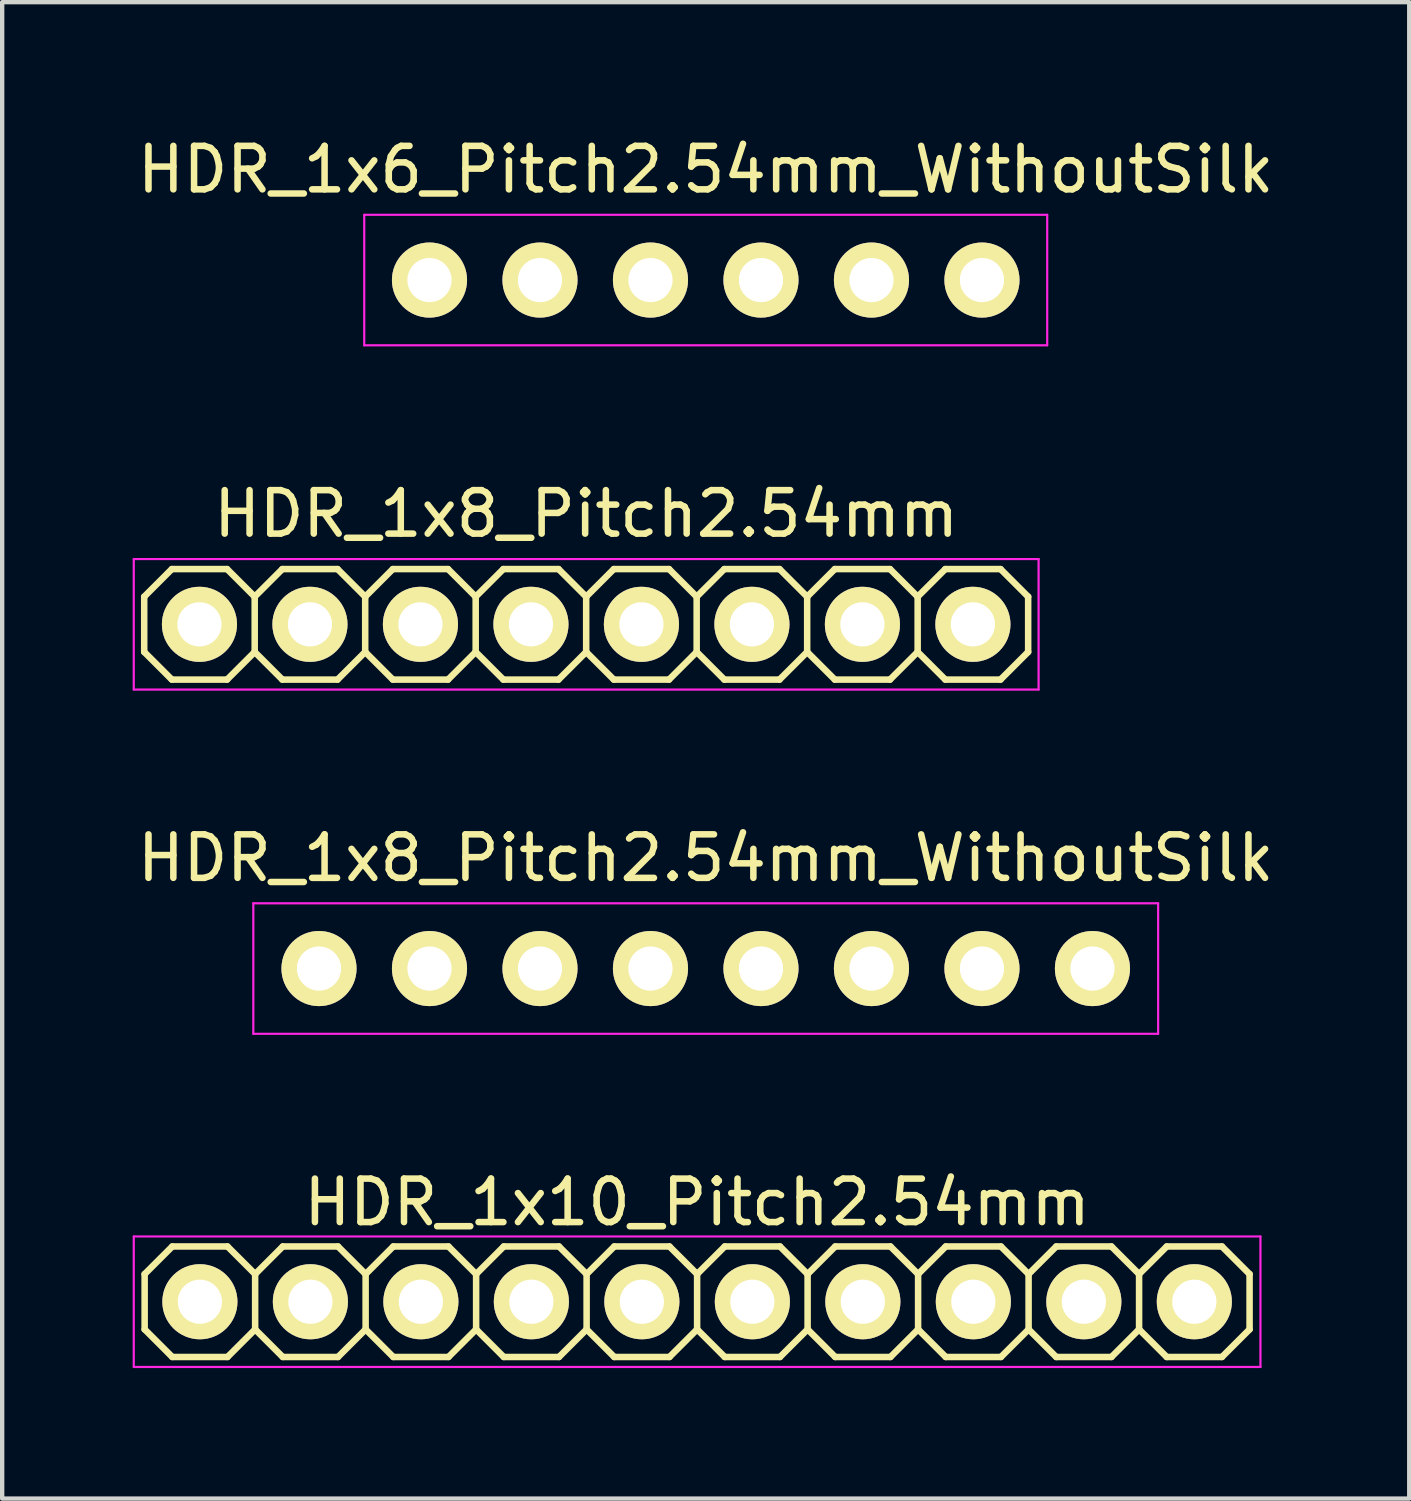
<source format=kicad_pcb>
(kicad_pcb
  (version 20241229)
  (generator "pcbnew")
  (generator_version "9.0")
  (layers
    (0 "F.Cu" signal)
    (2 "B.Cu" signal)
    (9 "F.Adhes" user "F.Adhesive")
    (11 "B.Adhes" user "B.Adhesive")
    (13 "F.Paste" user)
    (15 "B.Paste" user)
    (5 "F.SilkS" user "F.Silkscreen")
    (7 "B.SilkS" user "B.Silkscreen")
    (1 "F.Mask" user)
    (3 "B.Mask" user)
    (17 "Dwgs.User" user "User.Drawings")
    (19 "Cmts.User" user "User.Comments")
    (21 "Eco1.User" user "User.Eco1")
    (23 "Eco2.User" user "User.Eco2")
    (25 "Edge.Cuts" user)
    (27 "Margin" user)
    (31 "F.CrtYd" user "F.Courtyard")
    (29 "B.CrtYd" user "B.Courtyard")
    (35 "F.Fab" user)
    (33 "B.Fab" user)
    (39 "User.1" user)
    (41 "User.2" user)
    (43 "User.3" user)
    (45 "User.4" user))
  (footprint "HDR_1x10_Pitch2.54mm"
    (layer "F.Cu")
    (at 12.975 26.874)
    (property "Reference" "HDR_1x10_Pitch2.54mm" (at 0 -2.286 0) (layer "F.SilkS") (effects (font (size 1 1) (thickness 0.15))))
    (attr through_hole)
    (fp_line (start -12.7 -0.635) (end -12.7 0.635) (stroke (width 0.15) (type solid)) (layer "F.SilkS"))
    (fp_line (start -12.7 0.635) (end -12.065 1.27) (stroke (width 0.15) (type solid)) (layer "F.SilkS"))
    (fp_line (start -12.065 -1.27) (end -12.7 -0.635) (stroke (width 0.15) (type solid)) (layer "F.SilkS"))
    (fp_line (start -12.065 1.27) (end -10.795 1.27) (stroke (width 0.15) (type solid)) (layer "F.SilkS"))
    (fp_line (start -10.795 -1.27) (end -12.065 -1.27) (stroke (width 0.15) (type solid)) (layer "F.SilkS"))
    (fp_line (start -10.795 1.27) (end -10.16 0.635) (stroke (width 0.15) (type solid)) (layer "F.SilkS"))
    (fp_line (start -10.16 -0.635) (end -10.795 -1.27) (stroke (width 0.15) (type solid)) (layer "F.SilkS"))
    (fp_line (start -10.16 -0.635) (end -10.16 0.635) (stroke (width 0.15) (type solid)) (layer "F.SilkS"))
    (fp_line (start -10.16 -0.635) (end -9.525 -1.27) (stroke (width 0.15) (type solid)) (layer "F.SilkS"))
    (fp_line (start -9.525 -1.27) (end -8.255 -1.27) (stroke (width 0.15) (type solid)) (layer "F.SilkS"))
    (fp_line (start -9.525 1.27) (end -10.16 0.635) (stroke (width 0.15) (type solid)) (layer "F.SilkS"))
    (fp_line (start -8.255 -1.27) (end -7.62 -0.635) (stroke (width 0.15) (type solid)) (layer "F.SilkS"))
    (fp_line (start -8.255 1.27) (end -9.525 1.27) (stroke (width 0.15) (type solid)) (layer "F.SilkS"))
    (fp_line (start -7.62 -0.635) (end -7.62 0.635) (stroke (width 0.15) (type solid)) (layer "F.SilkS"))
    (fp_line (start -7.62 -0.635) (end -6.985 -1.27) (stroke (width 0.15) (type solid)) (layer "F.SilkS"))
    (fp_line (start -7.62 0.635) (end -8.255 1.27) (stroke (width 0.15) (type solid)) (layer "F.SilkS"))
    (fp_line (start -6.985 -1.27) (end -5.715 -1.27) (stroke (width 0.15) (type solid)) (layer "F.SilkS"))
    (fp_line (start -6.985 1.27) (end -7.62 0.635) (stroke (width 0.15) (type solid)) (layer "F.SilkS"))
    (fp_line (start -5.715 -1.27) (end -5.08 -0.635) (stroke (width 0.15) (type solid)) (layer "F.SilkS"))
    (fp_line (start -5.715 1.27) (end -6.985 1.27) (stroke (width 0.15) (type solid)) (layer "F.SilkS"))
    (fp_line (start -5.08 -0.635) (end -5.08 0.635) (stroke (width 0.15) (type solid)) (layer "F.SilkS"))
    (fp_line (start -5.08 -0.635) (end -4.445 -1.27) (stroke (width 0.15) (type solid)) (layer "F.SilkS"))
    (fp_line (start -5.08 0.635) (end -5.715 1.27) (stroke (width 0.15) (type solid)) (layer "F.SilkS"))
    (fp_line (start -4.445 -1.27) (end -3.175 -1.27) (stroke (width 0.15) (type solid)) (layer "F.SilkS"))
    (fp_line (start -4.445 1.27) (end -5.08 0.635) (stroke (width 0.15) (type solid)) (layer "F.SilkS"))
    (fp_line (start -3.175 -1.27) (end -2.54 -0.635) (stroke (width 0.15) (type solid)) (layer "F.SilkS"))
    (fp_line (start -3.175 1.27) (end -4.445 1.27) (stroke (width 0.15) (type solid)) (layer "F.SilkS"))
    (fp_line (start -2.54 -0.635) (end -2.54 0.635) (stroke (width 0.15) (type solid)) (layer "F.SilkS"))
    (fp_line (start -2.54 -0.635) (end -1.905 -1.27) (stroke (width 0.15) (type solid)) (layer "F.SilkS"))
    (fp_line (start -2.54 0.635) (end -3.175 1.27) (stroke (width 0.15) (type solid)) (layer "F.SilkS"))
    (fp_line (start -1.905 -1.27) (end -0.635 -1.27) (stroke (width 0.15) (type solid)) (layer "F.SilkS"))
    (fp_line (start -1.905 1.27) (end -2.54 0.635) (stroke (width 0.15) (type solid)) (layer "F.SilkS"))
    (fp_line (start -0.635 -1.27) (end 0 -0.635) (stroke (width 0.15) (type solid)) (layer "F.SilkS"))
    (fp_line (start -0.635 1.27) (end -1.905 1.27) (stroke (width 0.15) (type solid)) (layer "F.SilkS"))
    (fp_line (start 0 -0.635) (end 0 0.635) (stroke (width 0.15) (type solid)) (layer "F.SilkS"))
    (fp_line (start 0 -0.635) (end 0.635 -1.27) (stroke (width 0.15) (type solid)) (layer "F.SilkS"))
    (fp_line (start 0 0.635) (end -0.635 1.27) (stroke (width 0.15) (type solid)) (layer "F.SilkS"))
    (fp_line (start 0.635 -1.27) (end 1.905 -1.27) (stroke (width 0.15) (type solid)) (layer "F.SilkS"))
    (fp_line (start 0.635 1.27) (end 0 0.635) (stroke (width 0.15) (type solid)) (layer "F.SilkS"))
    (fp_line (start 1.905 -1.27) (end 2.54 -0.635) (stroke (width 0.15) (type solid)) (layer "F.SilkS"))
    (fp_line (start 1.905 1.27) (end 0.635 1.27) (stroke (width 0.15) (type solid)) (layer "F.SilkS"))
    (fp_line (start 2.54 -0.635) (end 2.54 0.635) (stroke (width 0.15) (type solid)) (layer "F.SilkS"))
    (fp_line (start 2.54 -0.635) (end 3.175 -1.27) (stroke (width 0.15) (type solid)) (layer "F.SilkS"))
    (fp_line (start 2.54 0.635) (end 1.905 1.27) (stroke (width 0.15) (type solid)) (layer "F.SilkS"))
    (fp_line (start 3.175 -1.27) (end 4.445 -1.27) (stroke (width 0.15) (type solid)) (layer "F.SilkS"))
    (fp_line (start 3.175 1.27) (end 2.54 0.635) (stroke (width 0.15) (type solid)) (layer "F.SilkS"))
    (fp_line (start 4.445 -1.27) (end 5.08 -0.635) (stroke (width 0.15) (type solid)) (layer "F.SilkS"))
    (fp_line (start 4.445 1.27) (end 3.175 1.27) (stroke (width 0.15) (type solid)) (layer "F.SilkS"))
    (fp_line (start 5.08 -0.635) (end 5.08 0.635) (stroke (width 0.15) (type solid)) (layer "F.SilkS"))
    (fp_line (start 5.08 -0.635) (end 5.715 -1.27) (stroke (width 0.15) (type solid)) (layer "F.SilkS"))
    (fp_line (start 5.08 0.635) (end 4.445 1.27) (stroke (width 0.15) (type solid)) (layer "F.SilkS"))
    (fp_line (start 5.715 -1.27) (end 6.985 -1.27) (stroke (width 0.15) (type solid)) (layer "F.SilkS"))
    (fp_line (start 5.715 1.27) (end 5.08 0.635) (stroke (width 0.15) (type solid)) (layer "F.SilkS"))
    (fp_line (start 6.985 -1.27) (end 7.62 -0.635) (stroke (width 0.15) (type solid)) (layer "F.SilkS"))
    (fp_line (start 6.985 1.27) (end 5.715 1.27) (stroke (width 0.15) (type solid)) (layer "F.SilkS"))
    (fp_line (start 7.62 -0.635) (end 7.62 0.635) (stroke (width 0.15) (type solid)) (layer "F.SilkS"))
    (fp_line (start 7.62 -0.635) (end 8.255 -1.27) (stroke (width 0.15) (type solid)) (layer "F.SilkS"))
    (fp_line (start 7.62 0.635) (end 6.985 1.27) (stroke (width 0.15) (type solid)) (layer "F.SilkS"))
    (fp_line (start 8.255 -1.27) (end 9.525 -1.27) (stroke (width 0.15) (type solid)) (layer "F.SilkS"))
    (fp_line (start 8.255 1.27) (end 7.62 0.635) (stroke (width 0.15) (type solid)) (layer "F.SilkS"))
    (fp_line (start 9.525 -1.27) (end 10.16 -0.635) (stroke (width 0.15) (type solid)) (layer "F.SilkS"))
    (fp_line (start 9.525 1.27) (end 8.255 1.27) (stroke (width 0.15) (type solid)) (layer "F.SilkS"))
    (fp_line (start 10.16 -0.635) (end 10.16 0.635) (stroke (width 0.15) (type solid)) (layer "F.SilkS"))
    (fp_line (start 10.16 -0.635) (end 10.795 -1.27) (stroke (width 0.15) (type solid)) (layer "F.SilkS"))
    (fp_line (start 10.16 0.635) (end 9.525 1.27) (stroke (width 0.15) (type solid)) (layer "F.SilkS"))
    (fp_line (start 10.795 -1.27) (end 12.065 -1.27) (stroke (width 0.15) (type solid)) (layer "F.SilkS"))
    (fp_line (start 10.795 1.27) (end 10.16 0.635) (stroke (width 0.15) (type solid)) (layer "F.SilkS"))
    (fp_line (start 12.065 -1.27) (end 12.7 -0.635) (stroke (width 0.15) (type solid)) (layer "F.SilkS"))
    (fp_line (start 12.065 1.27) (end 10.795 1.27) (stroke (width 0.15) (type solid)) (layer "F.SilkS"))
    (fp_line (start 12.7 -0.635) (end 12.7 0.635) (stroke (width 0.15) (type solid)) (layer "F.SilkS"))
    (fp_line (start 12.7 0.635) (end 12.065 1.27) (stroke (width 0.15) (type solid)) (layer "F.SilkS"))
    (fp_line (start -12.95 -1.5) (end -12.95 1.5) (stroke (width 0.05) (type solid)) (layer "F.CrtYd"))
    (fp_line (start -12.95 1.5) (end 12.95 1.5) (stroke (width 0.05) (type solid)) (layer "F.CrtYd"))
    (fp_line (start 12.95 -1.5) (end -12.95 -1.5) (stroke (width 0.05) (type solid)) (layer "F.CrtYd"))
    (fp_line (start 12.95 1.5) (end 12.95 -1.5) (stroke (width 0.05) (type solid)) (layer "F.CrtYd"))
    (pad "1" thru_hole oval (at -11.43 0) (size 1.727 1.727) (drill 1.016) (layers "*.Cu" "*.Mask" "F.SilkS"))
    (pad "2" thru_hole oval (at -8.89 0) (size 1.727 1.727) (drill 1.016) (layers "*.Cu" "*.Mask" "F.SilkS"))
    (pad "3" thru_hole oval (at -6.35 0) (size 1.727 1.727) (drill 1.016) (layers "*.Cu" "*.Mask" "F.SilkS"))
    (pad "4" thru_hole oval (at -3.81 0) (size 1.727 1.727) (drill 1.016) (layers "*.Cu" "*.Mask" "F.SilkS"))
    (pad "5" thru_hole oval (at -1.27 0) (size 1.727 1.727) (drill 1.016) (layers "*.Cu" "*.Mask" "F.SilkS"))
    (pad "6" thru_hole oval (at 1.27 0) (size 1.727 1.727) (drill 1.016) (layers "*.Cu" "*.Mask" "F.SilkS"))
    (pad "7" thru_hole oval (at 3.81 0) (size 1.727 1.727) (drill 1.016) (layers "*.Cu" "*.Mask" "F.SilkS"))
    (pad "8" thru_hole oval (at 6.35 0) (size 1.727 1.727) (drill 1.016) (layers "*.Cu" "*.Mask" "F.SilkS"))
    (pad "9" thru_hole oval (at 8.89 0) (size 1.727 1.727) (drill 1.016) (layers "*.Cu" "*.Mask" "F.SilkS"))
    (pad "10" thru_hole oval (at 11.43 0) (size 1.727 1.727) (drill 1.016) (layers "*.Cu" "*.Mask" "F.SilkS")))
  (footprint "HDR_1x8_Pitch2.54mm"
    (layer "F.Cu")
    (at 10.425 11.302)
    (property "Reference" "HDR_1x8_Pitch2.54mm" (at 0 -2.54 0) (layer "F.SilkS") (effects (font (size 1 1) (thickness 0.15))))
    (attr through_hole)
    (fp_line (start -10.16 -0.635) (end -10.16 0.635) (stroke (width 0.15) (type solid)) (layer "F.SilkS"))
    (fp_line (start -10.16 0.635) (end -9.525 1.27) (stroke (width 0.15) (type solid)) (layer "F.SilkS"))
    (fp_line (start -9.525 -1.27) (end -10.16 -0.635) (stroke (width 0.15) (type solid)) (layer "F.SilkS"))
    (fp_line (start -9.525 1.27) (end -8.255 1.27) (stroke (width 0.15) (type solid)) (layer "F.SilkS"))
    (fp_line (start -8.255 -1.27) (end -9.525 -1.27) (stroke (width 0.15) (type solid)) (layer "F.SilkS"))
    (fp_line (start -8.255 1.27) (end -7.62 0.635) (stroke (width 0.15) (type solid)) (layer "F.SilkS"))
    (fp_line (start -7.62 -0.635) (end -8.255 -1.27) (stroke (width 0.15) (type solid)) (layer "F.SilkS"))
    (fp_line (start -7.62 -0.635) (end -6.985 -1.27) (stroke (width 0.15) (type solid)) (layer "F.SilkS"))
    (fp_line (start -7.62 0.635) (end -7.62 -0.635) (stroke (width 0.15) (type solid)) (layer "F.SilkS"))
    (fp_line (start -6.985 -1.27) (end -5.715 -1.27) (stroke (width 0.15) (type solid)) (layer "F.SilkS"))
    (fp_line (start -6.985 1.27) (end -7.62 0.635) (stroke (width 0.15) (type solid)) (layer "F.SilkS"))
    (fp_line (start -5.715 -1.27) (end -5.08 -0.635) (stroke (width 0.15) (type solid)) (layer "F.SilkS"))
    (fp_line (start -5.715 1.27) (end -6.985 1.27) (stroke (width 0.15) (type solid)) (layer "F.SilkS"))
    (fp_line (start -5.08 -0.635) (end -5.08 0.635) (stroke (width 0.15) (type solid)) (layer "F.SilkS"))
    (fp_line (start -5.08 -0.635) (end -4.445 -1.27) (stroke (width 0.15) (type solid)) (layer "F.SilkS"))
    (fp_line (start -5.08 0.635) (end -5.715 1.27) (stroke (width 0.15) (type solid)) (layer "F.SilkS"))
    (fp_line (start -4.445 -1.27) (end -3.175 -1.27) (stroke (width 0.15) (type solid)) (layer "F.SilkS"))
    (fp_line (start -4.445 1.27) (end -5.08 0.635) (stroke (width 0.15) (type solid)) (layer "F.SilkS"))
    (fp_line (start -3.175 -1.27) (end -2.54 -0.635) (stroke (width 0.15) (type solid)) (layer "F.SilkS"))
    (fp_line (start -3.175 1.27) (end -4.445 1.27) (stroke (width 0.15) (type solid)) (layer "F.SilkS"))
    (fp_line (start -2.54 -0.635) (end -2.54 0.635) (stroke (width 0.15) (type solid)) (layer "F.SilkS"))
    (fp_line (start -2.54 -0.635) (end -1.905 -1.27) (stroke (width 0.15) (type solid)) (layer "F.SilkS"))
    (fp_line (start -2.54 0.635) (end -3.175 1.27) (stroke (width 0.15) (type solid)) (layer "F.SilkS"))
    (fp_line (start -1.905 -1.27) (end -0.635 -1.27) (stroke (width 0.15) (type solid)) (layer "F.SilkS"))
    (fp_line (start -1.905 1.27) (end -2.54 0.635) (stroke (width 0.15) (type solid)) (layer "F.SilkS"))
    (fp_line (start -0.635 -1.27) (end 0 -0.635) (stroke (width 0.15) (type solid)) (layer "F.SilkS"))
    (fp_line (start -0.635 1.27) (end -1.905 1.27) (stroke (width 0.15) (type solid)) (layer "F.SilkS"))
    (fp_line (start 0 -0.635) (end 0 0.635) (stroke (width 0.15) (type solid)) (layer "F.SilkS"))
    (fp_line (start 0 -0.635) (end 0.635 -1.27) (stroke (width 0.15) (type solid)) (layer "F.SilkS"))
    (fp_line (start 0 0.635) (end -0.635 1.27) (stroke (width 0.15) (type solid)) (layer "F.SilkS"))
    (fp_line (start 0.635 -1.27) (end 1.905 -1.27) (stroke (width 0.15) (type solid)) (layer "F.SilkS"))
    (fp_line (start 0.635 1.27) (end 0 0.635) (stroke (width 0.15) (type solid)) (layer "F.SilkS"))
    (fp_line (start 1.905 -1.27) (end 2.54 -0.635) (stroke (width 0.15) (type solid)) (layer "F.SilkS"))
    (fp_line (start 1.905 1.27) (end 0.635 1.27) (stroke (width 0.15) (type solid)) (layer "F.SilkS"))
    (fp_line (start 2.54 -0.635) (end 2.54 0.635) (stroke (width 0.15) (type solid)) (layer "F.SilkS"))
    (fp_line (start 2.54 -0.635) (end 3.175 -1.27) (stroke (width 0.15) (type solid)) (layer "F.SilkS"))
    (fp_line (start 2.54 0.635) (end 1.905 1.27) (stroke (width 0.15) (type solid)) (layer "F.SilkS"))
    (fp_line (start 3.175 -1.27) (end 4.445 -1.27) (stroke (width 0.15) (type solid)) (layer "F.SilkS"))
    (fp_line (start 3.175 1.27) (end 2.54 0.635) (stroke (width 0.15) (type solid)) (layer "F.SilkS"))
    (fp_line (start 4.445 -1.27) (end 5.08 -0.635) (stroke (width 0.15) (type solid)) (layer "F.SilkS"))
    (fp_line (start 4.445 1.27) (end 3.175 1.27) (stroke (width 0.15) (type solid)) (layer "F.SilkS"))
    (fp_line (start 5.08 -0.635) (end 5.08 0.635) (stroke (width 0.15) (type solid)) (layer "F.SilkS"))
    (fp_line (start 5.08 -0.635) (end 5.715 -1.27) (stroke (width 0.15) (type solid)) (layer "F.SilkS"))
    (fp_line (start 5.08 0.635) (end 4.445 1.27) (stroke (width 0.15) (type solid)) (layer "F.SilkS"))
    (fp_line (start 5.715 -1.27) (end 6.985 -1.27) (stroke (width 0.15) (type solid)) (layer "F.SilkS"))
    (fp_line (start 5.715 1.27) (end 5.08 0.635) (stroke (width 0.15) (type solid)) (layer "F.SilkS"))
    (fp_line (start 6.985 -1.27) (end 7.62 -0.635) (stroke (width 0.15) (type solid)) (layer "F.SilkS"))
    (fp_line (start 6.985 1.27) (end 5.715 1.27) (stroke (width 0.15) (type solid)) (layer "F.SilkS"))
    (fp_line (start 7.62 -0.635) (end 7.62 0.635) (stroke (width 0.15) (type solid)) (layer "F.SilkS"))
    (fp_line (start 7.62 -0.635) (end 8.255 -1.27) (stroke (width 0.15) (type solid)) (layer "F.SilkS"))
    (fp_line (start 7.62 0.635) (end 6.985 1.27) (stroke (width 0.15) (type solid)) (layer "F.SilkS"))
    (fp_line (start 8.255 -1.27) (end 9.525 -1.27) (stroke (width 0.15) (type solid)) (layer "F.SilkS"))
    (fp_line (start 8.255 1.27) (end 7.62 0.635) (stroke (width 0.15) (type solid)) (layer "F.SilkS"))
    (fp_line (start 9.525 -1.27) (end 10.16 -0.635) (stroke (width 0.15) (type solid)) (layer "F.SilkS"))
    (fp_line (start 9.525 1.27) (end 8.255 1.27) (stroke (width 0.15) (type solid)) (layer "F.SilkS"))
    (fp_line (start 10.16 -0.635) (end 10.16 0.635) (stroke (width 0.15) (type solid)) (layer "F.SilkS"))
    (fp_line (start 10.16 0.635) (end 9.525 1.27) (stroke (width 0.15) (type solid)) (layer "F.SilkS"))
    (fp_line (start -10.4 -1.5) (end -10.4 1.5) (stroke (width 0.05) (type solid)) (layer "F.CrtYd"))
    (fp_line (start -10.4 1.5) (end 10.4 1.5) (stroke (width 0.05) (type solid)) (layer "F.CrtYd"))
    (fp_line (start 10.4 -1.5) (end -10.4 -1.5) (stroke (width 0.05) (type solid)) (layer "F.CrtYd"))
    (fp_line (start 10.4 1.5) (end 10.4 -1.5) (stroke (width 0.05) (type solid)) (layer "F.CrtYd"))
    (pad "1" thru_hole oval (at -8.89 0) (size 1.727 1.727) (drill 1.016) (layers "*.Cu" "*.Mask" "F.SilkS"))
    (pad "2" thru_hole oval (at -6.35 0) (size 1.727 1.727) (drill 1.016) (layers "*.Cu" "*.Mask" "F.SilkS"))
    (pad "3" thru_hole oval (at -3.81 0) (size 1.727 1.727) (drill 1.016) (layers "*.Cu" "*.Mask" "F.SilkS"))
    (pad "4" thru_hole oval (at -1.27 0) (size 1.727 1.727) (drill 1.016) (layers "*.Cu" "*.Mask" "F.SilkS"))
    (pad "5" thru_hole oval (at 1.27 0) (size 1.727 1.727) (drill 1.016) (layers "*.Cu" "*.Mask" "F.SilkS"))
    (pad "6" thru_hole oval (at 3.81 0) (size 1.727 1.727) (drill 1.016) (layers "*.Cu" "*.Mask" "F.SilkS"))
    (pad "7" thru_hole oval (at 6.35 0) (size 1.727 1.727) (drill 1.016) (layers "*.Cu" "*.Mask" "F.SilkS"))
    (pad "8" thru_hole oval (at 8.89 0) (size 1.727 1.727) (drill 1.016) (layers "*.Cu" "*.Mask" "F.SilkS")))
  (footprint "HDR_1x6_Pitch2.54mm_WithoutSilk"
    (layer "F.Cu")
    (at 13.173 3.388)
    (property "Reference" "HDR_1x6_Pitch2.54mm_WithoutSilk" (at 0 -2.54 0) (layer "F.SilkS") (effects (font (size 1 1) (thickness 0.15))))
    (attr through_hole)
    (fp_line (start -7.85 -1.5) (end -7.85 1.5) (stroke (width 0.05) (type solid)) (layer "F.CrtYd"))
    (fp_line (start -7.85 1.5) (end 7.85 1.5) (stroke (width 0.05) (type solid)) (layer "F.CrtYd"))
    (fp_line (start 7.85 -1.5) (end -7.85 -1.5) (stroke (width 0.05) (type solid)) (layer "F.CrtYd"))
    (fp_line (start 7.85 1.5) (end 7.85 -1.5) (stroke (width 0.05) (type solid)) (layer "F.CrtYd"))
    (pad "1" thru_hole oval (at -6.35 0) (size 1.727 1.727) (drill 1.016) (layers "*.Cu" "*.Mask" "F.SilkS"))
    (pad "2" thru_hole oval (at -3.81 0) (size 1.727 1.727) (drill 1.016) (layers "*.Cu" "*.Mask" "F.SilkS"))
    (pad "3" thru_hole oval (at -1.27 0) (size 1.727 1.727) (drill 1.016) (layers "*.Cu" "*.Mask" "F.SilkS"))
    (pad "4" thru_hole oval (at 1.27 0) (size 1.727 1.727) (drill 1.016) (layers "*.Cu" "*.Mask" "F.SilkS"))
    (pad "5" thru_hole oval (at 3.81 0) (size 1.727 1.727) (drill 1.016) (layers "*.Cu" "*.Mask" "F.SilkS"))
    (pad "6" thru_hole oval (at 6.35 0) (size 1.727 1.727) (drill 1.016) (layers "*.Cu" "*.Mask" "F.SilkS")))
  (footprint "HDR_1x8_Pitch2.54mm_WithoutSilk"
    (layer "F.Cu")
    (at 13.173 19.215)
    (property "Reference" "HDR_1x8_Pitch2.54mm_WithoutSilk" (at 0 -2.54 0) (layer "F.SilkS") (effects (font (size 1 1) (thickness 0.15))))
    (attr through_hole)
    (fp_line (start -10.4 -1.5) (end -10.4 1.5) (stroke (width 0.05) (type solid)) (layer "F.CrtYd"))
    (fp_line (start -10.4 1.5) (end 10.4 1.5) (stroke (width 0.05) (type solid)) (layer "F.CrtYd"))
    (fp_line (start 10.4 -1.5) (end -10.4 -1.5) (stroke (width 0.05) (type solid)) (layer "F.CrtYd"))
    (fp_line (start 10.4 1.5) (end 10.4 -1.5) (stroke (width 0.05) (type solid)) (layer "F.CrtYd"))
    (pad "1" thru_hole oval (at -8.89 0) (size 1.727 1.727) (drill 1.016) (layers "*.Cu" "*.Mask" "F.SilkS"))
    (pad "2" thru_hole oval (at -6.35 0) (size 1.727 1.727) (drill 1.016) (layers "*.Cu" "*.Mask" "F.SilkS"))
    (pad "3" thru_hole oval (at -3.81 0) (size 1.727 1.727) (drill 1.016) (layers "*.Cu" "*.Mask" "F.SilkS"))
    (pad "4" thru_hole oval (at -1.27 0) (size 1.727 1.727) (drill 1.016) (layers "*.Cu" "*.Mask" "F.SilkS"))
    (pad "5" thru_hole oval (at 1.27 0) (size 1.727 1.727) (drill 1.016) (layers "*.Cu" "*.Mask" "F.SilkS"))
    (pad "6" thru_hole oval (at 3.81 0) (size 1.727 1.727) (drill 1.016) (layers "*.Cu" "*.Mask" "F.SilkS"))
    (pad "7" thru_hole oval (at 6.35 0) (size 1.727 1.727) (drill 1.016) (layers "*.Cu" "*.Mask" "F.SilkS"))
    (pad "8" thru_hole oval (at 8.89 0) (size 1.727 1.727) (drill 1.016) (layers "*.Cu" "*.Mask" "F.SilkS")))
  (gr_rect
    (start -3 -3)
    (end 29.345 31.399)
    (stroke (width 0.1) (type default))
    (fill no)
    (layer "Edge.Cuts")))
</source>
